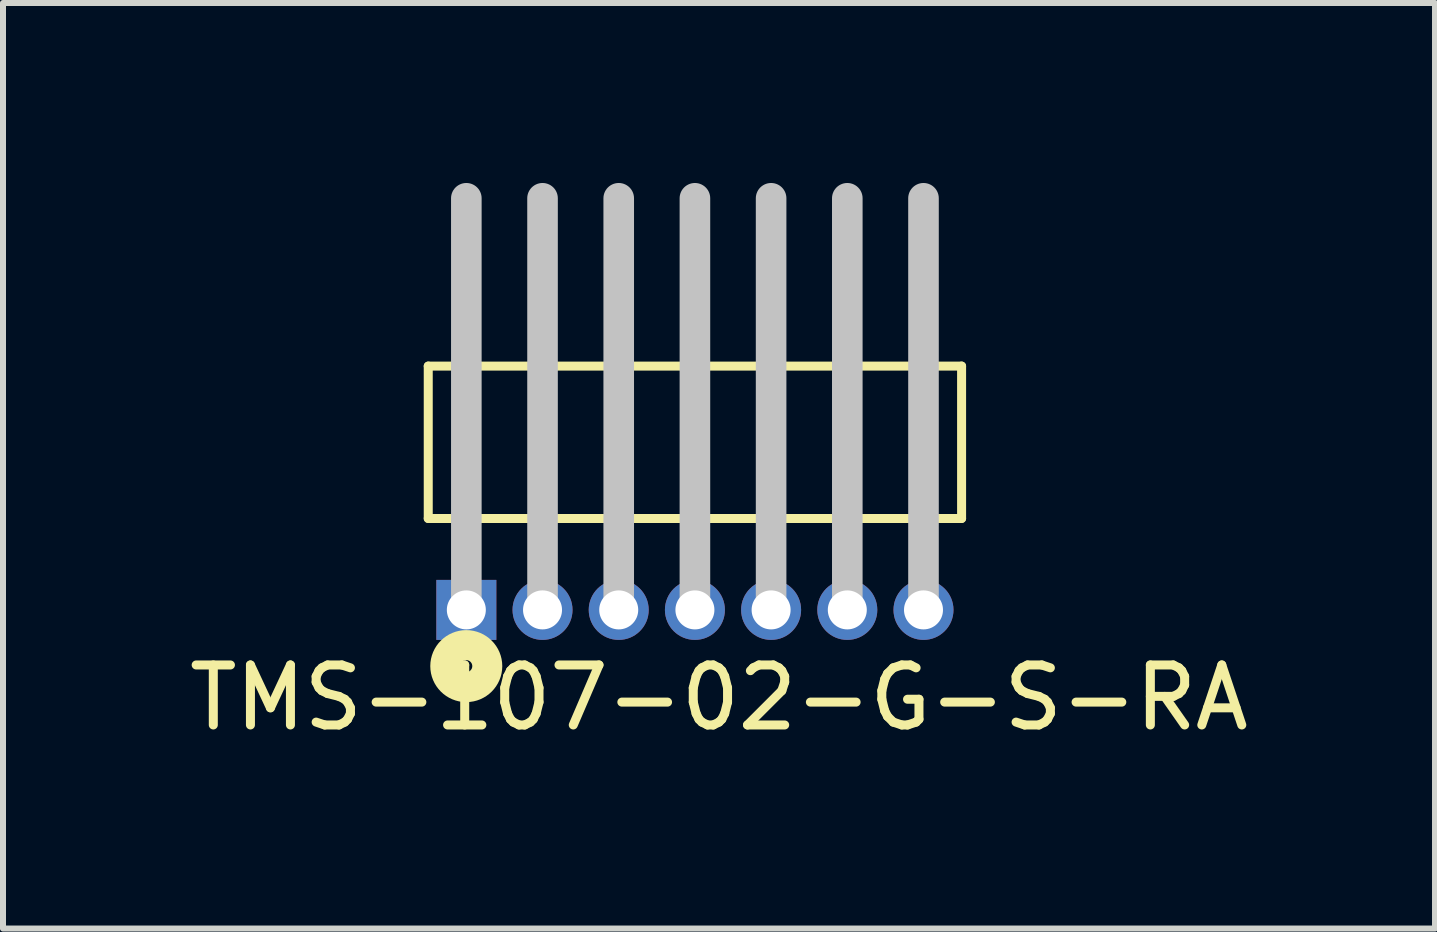
<source format=kicad_pcb>
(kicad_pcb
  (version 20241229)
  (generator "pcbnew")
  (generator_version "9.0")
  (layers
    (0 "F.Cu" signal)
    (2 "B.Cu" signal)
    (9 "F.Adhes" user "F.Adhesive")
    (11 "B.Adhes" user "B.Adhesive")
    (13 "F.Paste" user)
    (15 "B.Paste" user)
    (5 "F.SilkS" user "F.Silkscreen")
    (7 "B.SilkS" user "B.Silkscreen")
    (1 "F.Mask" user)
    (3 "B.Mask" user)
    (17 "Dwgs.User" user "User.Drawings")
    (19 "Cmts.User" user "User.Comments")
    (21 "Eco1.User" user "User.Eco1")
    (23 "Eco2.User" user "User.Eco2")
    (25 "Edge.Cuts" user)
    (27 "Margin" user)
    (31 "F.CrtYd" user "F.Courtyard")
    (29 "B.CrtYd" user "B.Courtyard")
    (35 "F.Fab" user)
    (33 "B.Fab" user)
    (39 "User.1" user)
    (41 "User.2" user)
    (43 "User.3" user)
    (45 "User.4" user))
  (footprint "TMS-107-02-G-S-RA"
    (layer "F.Cu")
    (at 4.723 7.116)
    (property "Reference" "TMS-107-02-G-S-RA" (at 4.211 1.463 0) (layer "F.SilkS") (effects (font (size 1 1) (thickness 0.15))))
    (attr through_hole)
    (fp_line (start -0.635 -4.064) (end -0.635 -1.524) (stroke (width 0.15) (type solid)) (layer "F.SilkS"))
    (fp_line (start -0.635 -1.524) (end 8.255 -1.524) (stroke (width 0.15) (type solid)) (layer "F.SilkS"))
    (fp_line (start 8.255 -4.064) (end -0.635 -4.064) (stroke (width 0.15) (type solid)) (layer "F.SilkS"))
    (fp_line (start 8.255 -1.524) (end 8.255 -4.064) (stroke (width 0.15) (type solid)) (layer "F.SilkS"))
    (fp_circle (center -0.001 0.937) (end 0.099 0.937) (stroke (width 0.5) (type solid)) (fill no) (layer "F.SilkS"))
    (fp_line (start 0 0) (end 0 -6.861) (stroke (width 0.51) (type solid)) (layer "Dwgs.User"))
    (fp_line (start 1.27 0) (end 1.27 -6.861) (stroke (width 0.51) (type solid)) (layer "Dwgs.User"))
    (fp_line (start 2.54 0) (end 2.54 -6.861) (stroke (width 0.51) (type solid)) (layer "Dwgs.User"))
    (fp_line (start 3.81 0) (end 3.81 -6.861) (stroke (width 0.51) (type solid)) (layer "Dwgs.User"))
    (fp_line (start 5.08 0) (end 5.08 -6.861) (stroke (width 0.51) (type solid)) (layer "Dwgs.User"))
    (fp_line (start 6.35 0) (end 6.35 -6.861) (stroke (width 0.51) (type solid)) (layer "Dwgs.User"))
    (fp_line (start 7.62 0) (end 7.62 -6.861) (stroke (width 0.51) (type solid)) (layer "Dwgs.User"))
    (pad "1" thru_hole rect (at 0 0) (size 1 1) (drill 0.65) (layers "*.Cu" "*.Mask"))
    (pad "2" thru_hole circle (at 1.27 0) (size 1 1) (drill 0.65) (layers "*.Cu" "*.Mask"))
    (pad "3" thru_hole circle (at 2.54 0) (size 1 1) (drill 0.65) (layers "*.Cu" "*.Mask"))
    (pad "4" thru_hole circle (at 3.81 0) (size 1 1) (drill 0.65) (layers "*.Cu" "*.Mask"))
    (pad "5" thru_hole circle (at 5.08 0) (size 1 1) (drill 0.65) (layers "*.Cu" "*.Mask"))
    (pad "6" thru_hole circle (at 6.35 0) (size 1 1) (drill 0.65) (layers "*.Cu" "*.Mask"))
    (pad "7" thru_hole circle (at 7.62 0) (size 1 1) (drill 0.65) (layers "*.Cu" "*.Mask")))
  (gr_rect
    (start -3 -3)
    (end 20.869 12.427)
    (stroke (width 0.1) (type default))
    (fill no)
    (layer "Edge.Cuts")))
</source>
